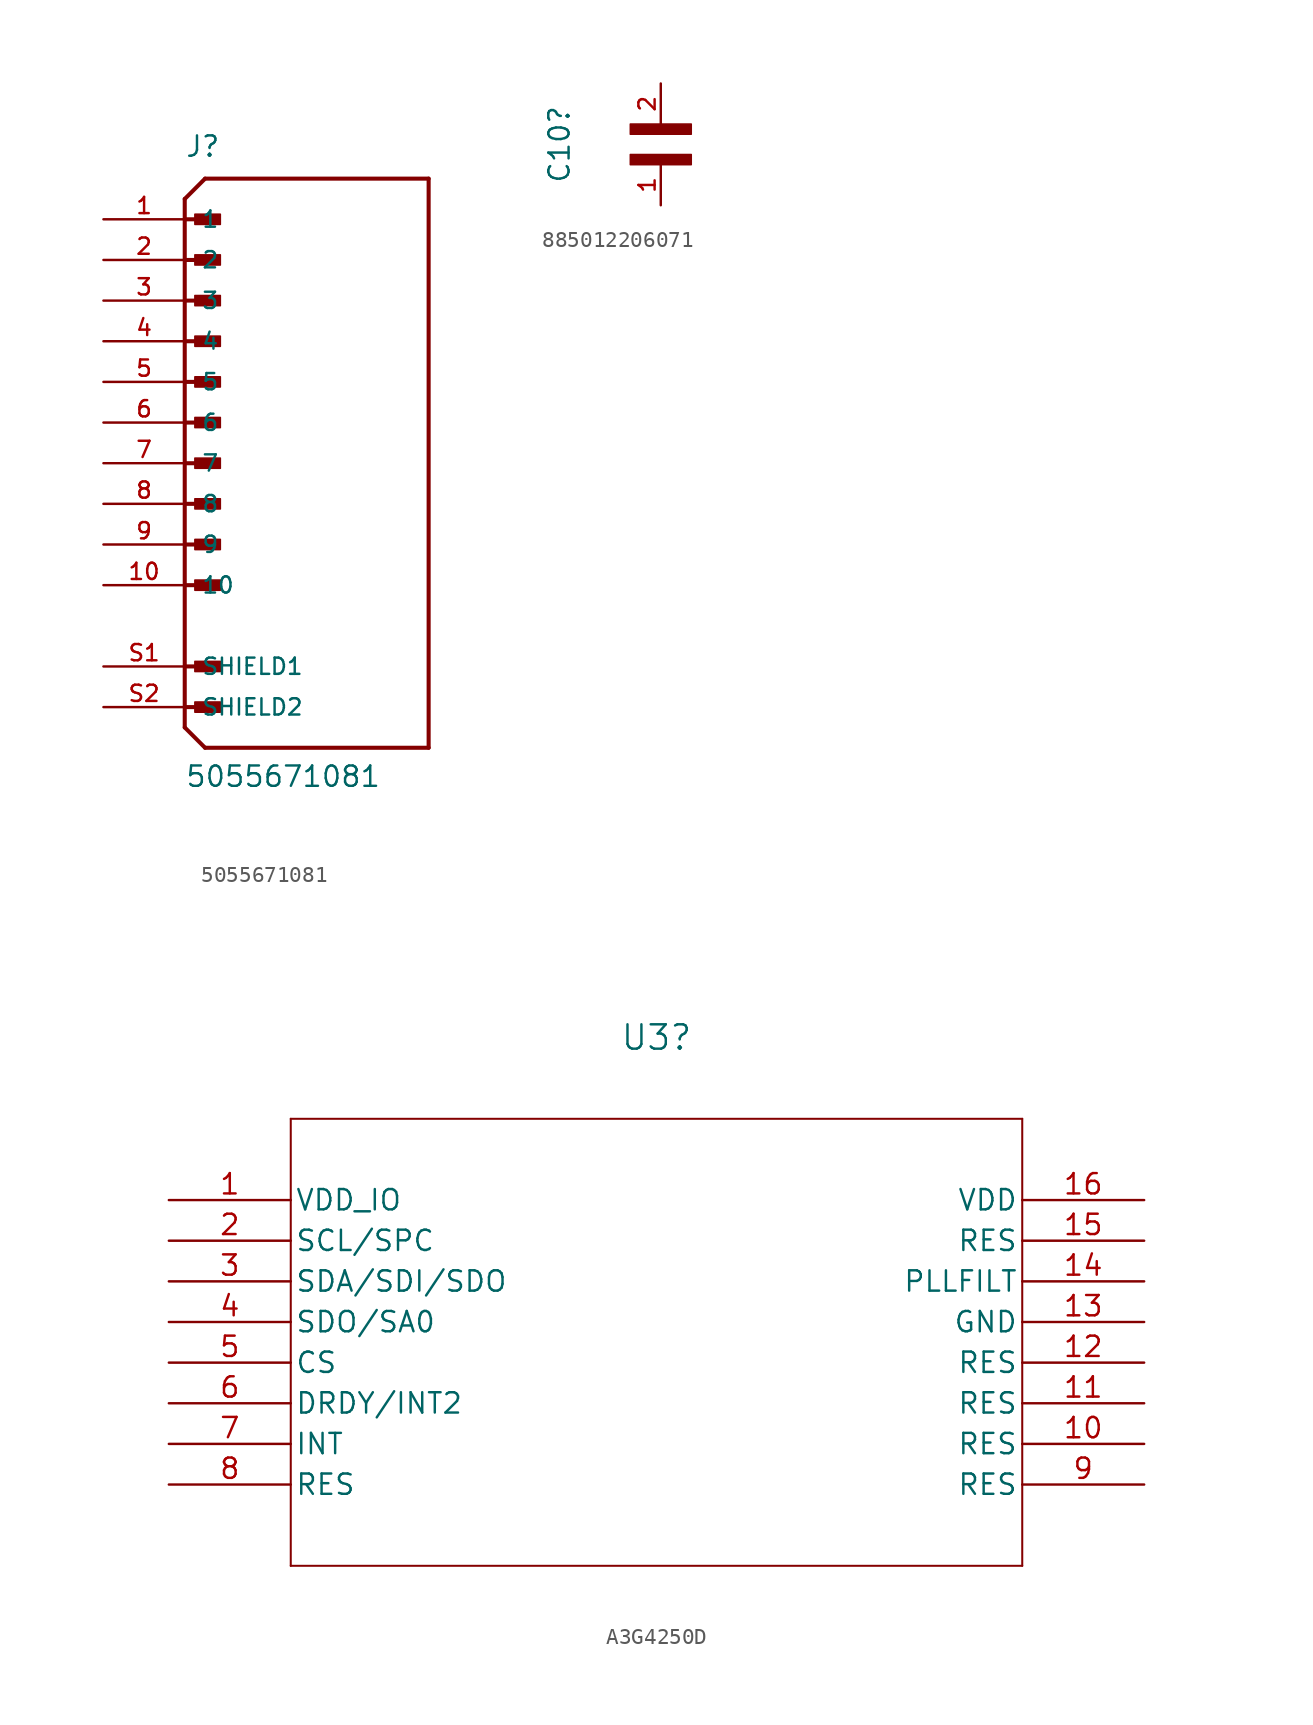
<source format=kicad_sym>
(kicad_symbol_lib
  (version 20231120)
  (generator "kicad_symbol_editor")
  (generator_version "8.0")
  (symbol "5055671081"
    (pin_names
      (offset 1.016))
    (property "Reference" "J"
      (at -7.62 19.05 0)
      (effects (font (size 1.27 1.27)) (justify left bottom)))
    (property "Value" "5055671081"
      (at -7.62 -20.32 0)
      (effects (font (size 1.27 1.27)) (justify left bottom)))
    (symbol "5055671081_0_0"
      (rectangle (start -6.985 -15.557) (end -5.397 -14.922) (stroke (width 0.1) (type default)) (fill (type outline)))
      (rectangle (start -6.985 -13.018) (end -5.397 -12.383) (stroke (width 0.1) (type default)) (fill (type outline)))
      (rectangle (start -6.985 -7.938) (end -5.397 -7.303) (stroke (width 0.1) (type default)) (fill (type outline)))
      (rectangle (start -6.985 -5.397) (end -5.397 -4.763) (stroke (width 0.1) (type default)) (fill (type outline)))
      (rectangle (start -6.985 -2.857) (end -5.397 -2.223) (stroke (width 0.1) (type default)) (fill (type outline)))
      (rectangle (start -6.985 -0.318) (end -5.397 0.318) (stroke (width 0.1) (type default)) (fill (type outline)))
      (rectangle (start -6.985 2.223) (end -5.397 2.857) (stroke (width 0.1) (type default)) (fill (type outline)))
      (rectangle (start -6.985 4.763) (end -5.397 5.397) (stroke (width 0.1) (type default)) (fill (type outline)))
      (rectangle (start -6.985 7.303) (end -5.397 7.938) (stroke (width 0.1) (type default)) (fill (type outline)))
      (rectangle (start -6.985 9.842) (end -5.397 10.477) (stroke (width 0.1) (type default)) (fill (type outline)))
      (rectangle (start -6.985 12.383) (end -5.397 13.018) (stroke (width 0.1) (type default)) (fill (type outline)))
      (rectangle (start -6.985 14.922) (end -5.397 15.557) (stroke (width 0.1) (type default)) (fill (type outline)))
      (polyline (pts (xy -7.62 -16.51) (xy -6.35 -17.78)) (stroke (width 0.254) (type default)) (fill (type none)))
      (polyline (pts (xy -7.62 -15.24) (xy -5.715 -15.24)) (stroke (width 0.254) (type default)) (fill (type none)))
      (polyline (pts (xy -7.62 -12.7) (xy -5.715 -12.7)) (stroke (width 0.254) (type default)) (fill (type none)))
      (polyline (pts (xy -7.62 -7.62) (xy -5.715 -7.62)) (stroke (width 0.254) (type default)) (fill (type none)))
      (polyline (pts (xy -7.62 -5.08) (xy -5.715 -5.08)) (stroke (width 0.254) (type default)) (fill (type none)))
      (polyline (pts (xy -7.62 -2.54) (xy -5.715 -2.54)) (stroke (width 0.254) (type default)) (fill (type none)))
      (polyline (pts (xy -7.62 0) (xy -5.715 0)) (stroke (width 0.254) (type default)) (fill (type none)))
      (polyline (pts (xy -7.62 2.54) (xy -5.715 2.54)) (stroke (width 0.254) (type default)) (fill (type none)))
      (polyline (pts (xy -7.62 5.08) (xy -5.715 5.08)) (stroke (width 0.254) (type default)) (fill (type none)))
      (polyline (pts (xy -7.62 7.62) (xy -5.715 7.62)) (stroke (width 0.254) (type default)) (fill (type none)))
      (polyline (pts (xy -7.62 10.16) (xy -5.715 10.16)) (stroke (width 0.254) (type default)) (fill (type none)))
      (polyline (pts (xy -7.62 12.7) (xy -5.715 12.7)) (stroke (width 0.254) (type default)) (fill (type none)))
      (polyline (pts (xy -7.62 15.24) (xy -7.62 -16.51)) (stroke (width 0.254) (type default)) (fill (type none)))
      (polyline (pts (xy -7.62 15.24) (xy -5.715 15.24)) (stroke (width 0.254) (type default)) (fill (type none)))
      (polyline (pts (xy -7.62 16.51) (xy -7.62 15.24)) (stroke (width 0.254) (type default)) (fill (type none)))
      (polyline (pts (xy -7.62 16.51) (xy -6.35 17.78)) (stroke (width 0.254) (type default)) (fill (type none)))
      (polyline (pts (xy -6.35 -17.78) (xy 7.62 -17.78)) (stroke (width 0.254) (type default)) (fill (type none)))
      (polyline (pts (xy 7.62 -17.78) (xy 7.62 17.78)) (stroke (width 0.254) (type default)) (fill (type none)))
      (polyline (pts (xy 7.62 17.78) (xy -6.35 17.78)) (stroke (width 0.254) (type default)) (fill (type none)))
      (pin passive line (at -12.7 15.24 0) (length 5.08) (name "1" (effects (font (size 1.016 1.016)))) (number "1" (effects (font (size 1.016 1.016)))))
      (pin passive line (at -12.7 -7.62 0) (length 5.08) (name "10" (effects (font (size 1.016 1.016)))) (number "10" (effects (font (size 1.016 1.016)))))
      (pin passive line (at -12.7 12.7 0) (length 5.08) (name "2" (effects (font (size 1.016 1.016)))) (number "2" (effects (font (size 1.016 1.016)))))
      (pin passive line (at -12.7 10.16 0) (length 5.08) (name "3" (effects (font (size 1.016 1.016)))) (number "3" (effects (font (size 1.016 1.016)))))
      (pin passive line (at -12.7 7.62 0) (length 5.08) (name "4" (effects (font (size 1.016 1.016)))) (number "4" (effects (font (size 1.016 1.016)))))
      (pin passive line (at -12.7 5.08 0) (length 5.08) (name "5" (effects (font (size 1.016 1.016)))) (number "5" (effects (font (size 1.016 1.016)))))
      (pin passive line (at -12.7 2.54 0) (length 5.08) (name "6" (effects (font (size 1.016 1.016)))) (number "6" (effects (font (size 1.016 1.016)))))
      (pin passive line (at -12.7 0 0) (length 5.08) (name "7" (effects (font (size 1.016 1.016)))) (number "7" (effects (font (size 1.016 1.016)))))
      (pin passive line (at -12.7 -2.54 0) (length 5.08) (name "8" (effects (font (size 1.016 1.016)))) (number "8" (effects (font (size 1.016 1.016)))))
      (pin passive line (at -12.7 -5.08 0) (length 5.08) (name "9" (effects (font (size 1.016 1.016)))) (number "9" (effects (font (size 1.016 1.016)))))
      (pin passive line (at -12.7 -12.7 0) (length 5.08) (name "SHIELD1" (effects (font (size 1.016 1.016)))) (number "S1" (effects (font (size 1.016 1.016)))))
      (pin passive line (at -12.7 -15.24 0) (length 5.08) (name "SHIELD2" (effects (font (size 1.016 1.016)))) (number "S2" (effects (font (size 1.016 1.016)))))))
  (symbol "885012206071"
    (pin_names
      (offset 1.016))
    (property "Reference" "C10"
      (at -6.35 1.27 90)
      (effects (font (size 1.27 1.27))))
    (symbol "885012206071_0_0"
      (rectangle (start -1.905 0) (end 1.905 0.635) (stroke (width 0.1) (type default)) (fill (type outline)))
      (rectangle (start -1.905 1.905) (end 1.905 2.54) (stroke (width 0.1) (type default)) (fill (type outline)))
      (pin passive line (at 0 -2.54 90) (length 2.54) (name "~" (effects (font (size 1.016 1.016)))) (number "1" (effects (font (size 1.016 1.016)))))
      (pin passive line (at 0 5.08 270) (length 2.54) (name "~" (effects (font (size 1.016 1.016)))) (number "2" (effects (font (size 1.016 1.016)))))))
  (symbol "A3G4250D"
    (pin_names
      (offset 0.254))
    (property "Reference" "U3"
      (at 30.48 10.16 0)
      (effects (font (size 1.524 1.524))))
    (symbol "A3G4250D_0_1"
      (polyline (pts (xy 7.62 -22.86) (xy 53.34 -22.86)) (stroke (width 0.127) (type default)) (fill (type none)))
      (polyline (pts (xy 7.62 5.08) (xy 7.62 -22.86)) (stroke (width 0.127) (type default)) (fill (type none)))
      (polyline (pts (xy 53.34 -22.86) (xy 53.34 5.08)) (stroke (width 0.127) (type default)) (fill (type none)))
      (polyline (pts (xy 53.34 5.08) (xy 7.62 5.08)) (stroke (width 0.127) (type default)) (fill (type none)))
      (pin power_in line (at 0 0 0) (length 7.62) (name "VDD_IO" (effects (font (size 1.27 1.27)))) (number "1" (effects (font (size 1.27 1.27)))))
      (pin power_out line (at 60.96 -15.24 180) (length 7.62) (name "RES" (effects (font (size 1.27 1.27)))) (number "10" (effects (font (size 1.27 1.27)))))
      (pin power_out line (at 60.96 -12.7 180) (length 7.62) (name "RES" (effects (font (size 1.27 1.27)))) (number "11" (effects (font (size 1.27 1.27)))))
      (pin power_out line (at 60.96 -10.16 180) (length 7.62) (name "RES" (effects (font (size 1.27 1.27)))) (number "12" (effects (font (size 1.27 1.27)))))
      (pin power_out line (at 60.96 -7.62 180) (length 7.62) (name "GND" (effects (font (size 1.27 1.27)))) (number "13" (effects (font (size 1.27 1.27)))))
      (pin unspecified line (at 60.96 -5.08 180) (length 7.62) (name "PLLFILT" (effects (font (size 1.27 1.27)))) (number "14" (effects (font (size 1.27 1.27)))))
      (pin power_in line (at 60.96 -2.54 180) (length 7.62) (name "RES" (effects (font (size 1.27 1.27)))) (number "15" (effects (font (size 1.27 1.27)))))
      (pin power_in line (at 60.96 0 180) (length 7.62) (name "VDD" (effects (font (size 1.27 1.27)))) (number "16" (effects (font (size 1.27 1.27)))))
      (pin bidirectional line (at 0 -2.54 0) (length 7.62) (name "SCL/SPC" (effects (font (size 1.27 1.27)))) (number "2" (effects (font (size 1.27 1.27)))))
      (pin bidirectional line (at 0 -5.08 0) (length 7.62) (name "SDA/SDI/SDO" (effects (font (size 1.27 1.27)))) (number "3" (effects (font (size 1.27 1.27)))))
      (pin bidirectional line (at 0 -7.62 0) (length 7.62) (name "SDO/SA0" (effects (font (size 1.27 1.27)))) (number "4" (effects (font (size 1.27 1.27)))))
      (pin input line (at 0 -10.16 0) (length 7.62) (name "CS" (effects (font (size 1.27 1.27)))) (number "5" (effects (font (size 1.27 1.27)))))
      (pin output line (at 0 -12.7 0) (length 7.62) (name "DRDY/INT2" (effects (font (size 1.27 1.27)))) (number "6" (effects (font (size 1.27 1.27)))))
      (pin output line (at 0 -15.24 0) (length 7.62) (name "INT" (effects (font (size 1.27 1.27)))) (number "7" (effects (font (size 1.27 1.27)))))
      (pin power_out line (at 0 -17.78 0) (length 7.62) (name "RES" (effects (font (size 1.27 1.27)))) (number "8" (effects (font (size 1.27 1.27)))))
      (pin power_out line (at 60.96 -17.78 180) (length 7.62) (name "RES" (effects (font (size 1.27 1.27)))) (number "9" (effects (font (size 1.27 1.27))))))))
</source>
